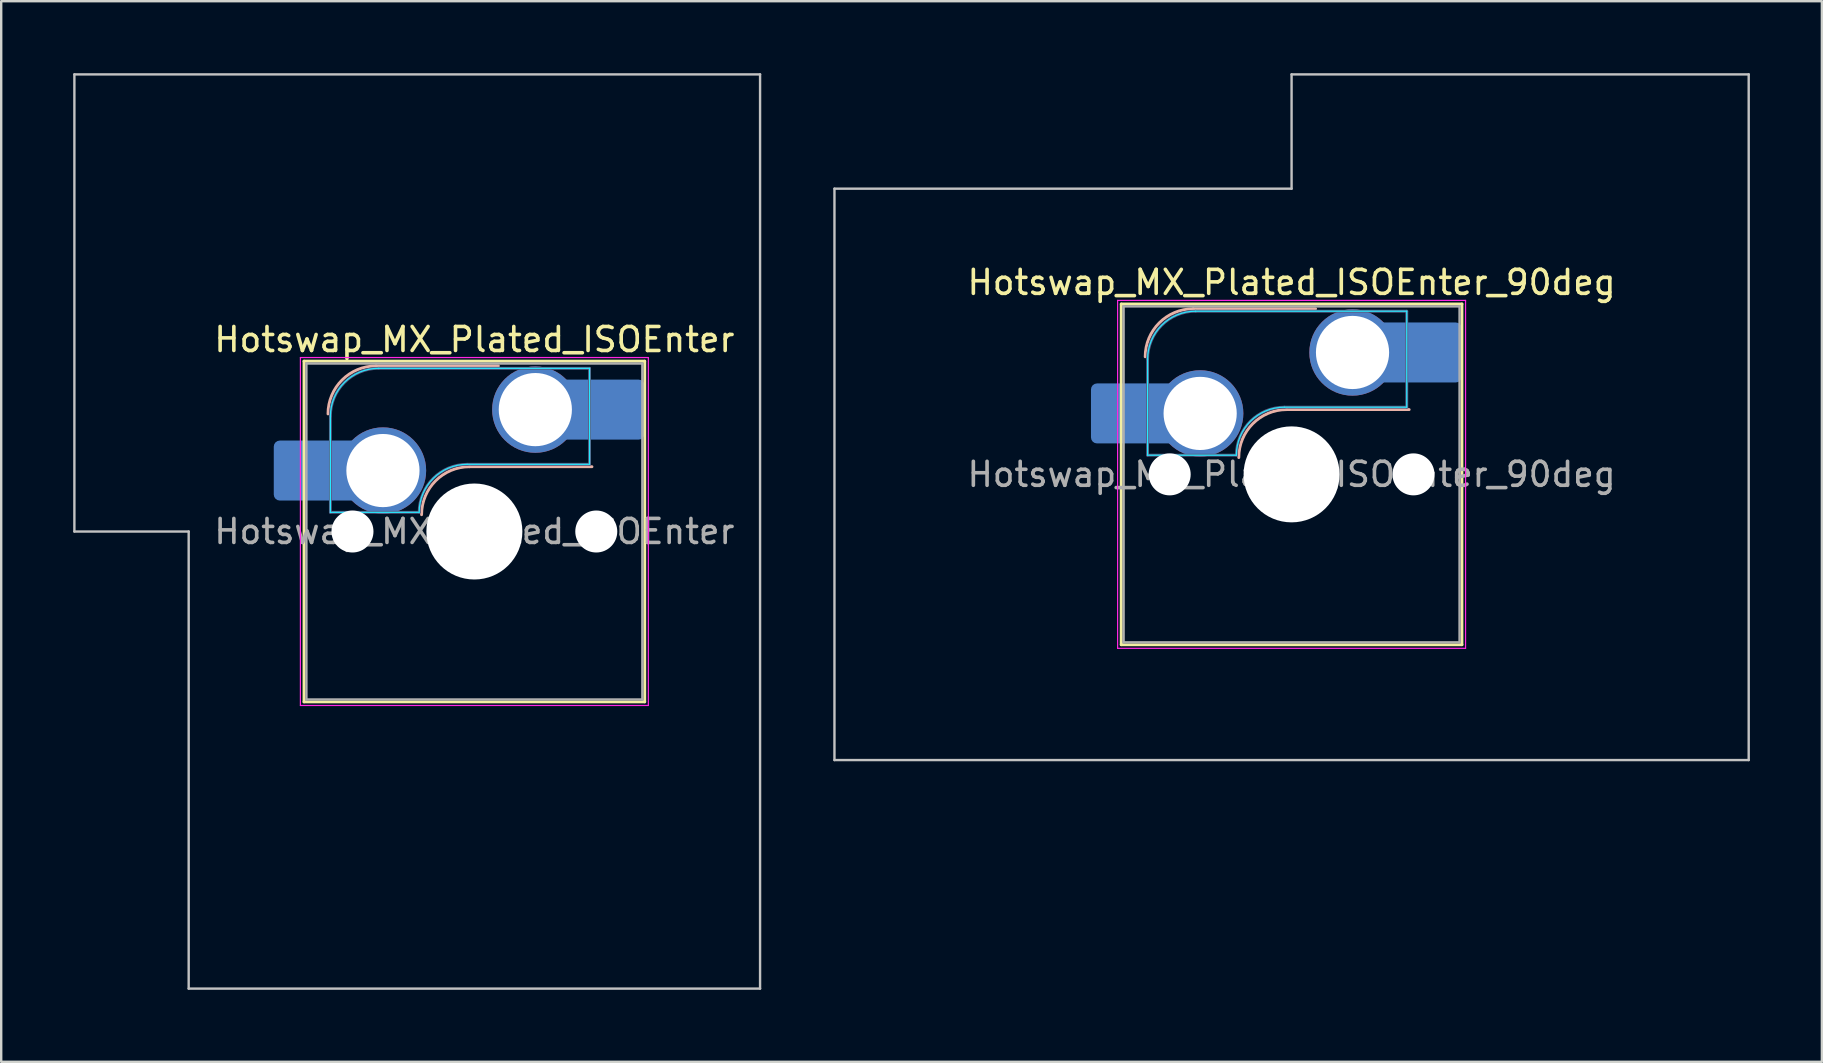
<source format=kicad_pcb>
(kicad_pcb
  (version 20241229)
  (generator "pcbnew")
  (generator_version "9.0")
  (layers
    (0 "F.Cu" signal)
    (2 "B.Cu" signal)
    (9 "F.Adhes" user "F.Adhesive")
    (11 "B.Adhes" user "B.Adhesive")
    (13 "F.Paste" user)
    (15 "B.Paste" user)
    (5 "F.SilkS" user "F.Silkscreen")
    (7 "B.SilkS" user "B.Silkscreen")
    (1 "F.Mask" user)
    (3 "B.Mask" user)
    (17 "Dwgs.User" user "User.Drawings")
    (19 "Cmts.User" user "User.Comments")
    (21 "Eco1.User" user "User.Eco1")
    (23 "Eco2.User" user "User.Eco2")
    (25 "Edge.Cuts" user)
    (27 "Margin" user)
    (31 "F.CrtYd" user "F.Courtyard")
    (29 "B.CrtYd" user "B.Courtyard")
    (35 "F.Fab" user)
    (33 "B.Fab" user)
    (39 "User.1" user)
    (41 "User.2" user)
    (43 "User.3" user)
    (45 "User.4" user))
  (footprint "Hotswap_MX_Plated_ISOEnter_90deg"
    (layer "F.Cu")
    (at 50.775 16.719)
    (property "Reference" "Hotswap_MX_Plated_ISOEnter_90deg" (at 0 -8 0) (layer "F.SilkS") (effects (font (size 1 1) (thickness 0.15))))
    (attr smd allow_soldermask_bridges)
    (fp_line (start -7.1 -7.1) (end -7.1 7.1) (stroke (width 0.12) (type solid)) (layer "F.SilkS"))
    (fp_line (start -7.1 7.1) (end 7.1 7.1) (stroke (width 0.12) (type solid)) (layer "F.SilkS"))
    (fp_line (start 7.1 -7.1) (end -7.1 -7.1) (stroke (width 0.12) (type solid)) (layer "F.SilkS"))
    (fp_line (start 7.1 7.1) (end 7.1 -7.1) (stroke (width 0.12) (type solid)) (layer "F.SilkS"))
    (fp_line (start -4.1 -6.9) (end 1 -6.9) (stroke (width 0.12) (type solid)) (layer "B.SilkS"))
    (fp_line (start -0.2 -2.7) (end 4.9 -2.7) (stroke (width 0.12) (type solid)) (layer "B.SilkS"))
    (fp_arc (start -6.1 -4.9) (mid -5.514214 -6.314214) (end -4.1 -6.9) (stroke (width 0.12) (type solid)) (layer "B.SilkS"))
    (fp_arc (start -2.2 -0.7) (mid -1.614214 -2.114214) (end -0.2 -2.7) (stroke (width 0.12) (type solid)) (layer "B.SilkS"))
    (fp_line (start -19.05 -11.906) (end -19.05 11.906) (stroke (width 0.1) (type solid)) (layer "Dwgs.User"))
    (fp_line (start -19.05 11.906) (end 19.05 11.906) (stroke (width 0.1) (type solid)) (layer "Dwgs.User"))
    (fp_line (start 0 -16.669) (end 0 -11.906) (stroke (width 0.1) (type solid)) (layer "Dwgs.User"))
    (fp_line (start 0 -11.906) (end -19.05 -11.906) (stroke (width 0.1) (type solid)) (layer "Dwgs.User"))
    (fp_line (start 19.05 -16.669) (end 0 -16.669) (stroke (width 0.1) (type solid)) (layer "Dwgs.User"))
    (fp_line (start 19.05 11.906) (end 19.05 -16.669) (stroke (width 0.1) (type solid)) (layer "Dwgs.User"))
    (fp_line (start -7.8 -6) (end -7 -6) (stroke (width 0.1) (type solid)) (layer "Eco1.User"))
    (fp_line (start -7.8 -2.9) (end -7.8 -6) (stroke (width 0.1) (type solid)) (layer "Eco1.User"))
    (fp_line (start -7.8 2.9) (end -7 2.9) (stroke (width 0.1) (type solid)) (layer "Eco1.User"))
    (fp_line (start -7.8 6) (end -7.8 2.9) (stroke (width 0.1) (type solid)) (layer "Eco1.User"))
    (fp_line (start -7 -7) (end 7 -7) (stroke (width 0.1) (type solid)) (layer "Eco1.User"))
    (fp_line (start -7 -6) (end -7 -7) (stroke (width 0.1) (type solid)) (layer "Eco1.User"))
    (fp_line (start -7 -2.9) (end -7.8 -2.9) (stroke (width 0.1) (type solid)) (layer "Eco1.User"))
    (fp_line (start -7 2.9) (end -7 -2.9) (stroke (width 0.1) (type solid)) (layer "Eco1.User"))
    (fp_line (start -7 6) (end -7.8 6) (stroke (width 0.1) (type solid)) (layer "Eco1.User"))
    (fp_line (start -7 7) (end -7 6) (stroke (width 0.1) (type solid)) (layer "Eco1.User"))
    (fp_line (start 7 -7) (end 7 -6) (stroke (width 0.1) (type solid)) (layer "Eco1.User"))
    (fp_line (start 7 -6) (end 7.8 -6) (stroke (width 0.1) (type solid)) (layer "Eco1.User"))
    (fp_line (start 7 -2.9) (end 7 2.9) (stroke (width 0.1) (type solid)) (layer "Eco1.User"))
    (fp_line (start 7 2.9) (end 7.8 2.9) (stroke (width 0.1) (type solid)) (layer "Eco1.User"))
    (fp_line (start 7 6) (end 7 7) (stroke (width 0.1) (type solid)) (layer "Eco1.User"))
    (fp_line (start 7 7) (end -7 7) (stroke (width 0.1) (type solid)) (layer "Eco1.User"))
    (fp_line (start 7.8 -6) (end 7.8 -2.9) (stroke (width 0.1) (type solid)) (layer "Eco1.User"))
    (fp_line (start 7.8 -2.9) (end 7 -2.9) (stroke (width 0.1) (type solid)) (layer "Eco1.User"))
    (fp_line (start 7.8 2.9) (end 7.8 6) (stroke (width 0.1) (type solid)) (layer "Eco1.User"))
    (fp_line (start 7.8 6) (end 7 6) (stroke (width 0.1) (type solid)) (layer "Eco1.User"))
    (fp_line (start -6 -0.8) (end -6 -4.8) (stroke (width 0.05) (type solid)) (layer "B.CrtYd"))
    (fp_line (start -6 -0.8) (end -2.3 -0.8) (stroke (width 0.05) (type solid)) (layer "B.CrtYd"))
    (fp_line (start -4 -6.8) (end 4.8 -6.8) (stroke (width 0.05) (type solid)) (layer "B.CrtYd"))
    (fp_line (start -0.3 -2.8) (end 4.8 -2.8) (stroke (width 0.05) (type solid)) (layer "B.CrtYd"))
    (fp_line (start 4.8 -6.8) (end 4.8 -2.8) (stroke (width 0.05) (type solid)) (layer "B.CrtYd"))
    (fp_arc (start -6 -4.8) (mid -5.414214 -6.214214) (end -4 -6.8) (stroke (width 0.05) (type solid)) (layer "B.CrtYd"))
    (fp_arc (start -2.3 -0.8) (mid -1.714214 -2.214214) (end -0.3 -2.8) (stroke (width 0.05) (type solid)) (layer "B.CrtYd"))
    (fp_line (start -7.25 -7.25) (end -7.25 7.25) (stroke (width 0.05) (type solid)) (layer "F.CrtYd"))
    (fp_line (start -7.25 7.25) (end 7.25 7.25) (stroke (width 0.05) (type solid)) (layer "F.CrtYd"))
    (fp_line (start 7.25 -7.25) (end -7.25 -7.25) (stroke (width 0.05) (type solid)) (layer "F.CrtYd"))
    (fp_line (start 7.25 7.25) (end 7.25 -7.25) (stroke (width 0.05) (type solid)) (layer "F.CrtYd"))
    (fp_line (start -6 -0.8) (end -6 -4.8) (stroke (width 0.12) (type solid)) (layer "B.Fab"))
    (fp_line (start -6 -0.8) (end -2.3 -0.8) (stroke (width 0.12) (type solid)) (layer "B.Fab"))
    (fp_line (start -4 -6.8) (end 4.8 -6.8) (stroke (width 0.12) (type solid)) (layer "B.Fab"))
    (fp_line (start -0.3 -2.8) (end 4.8 -2.8) (stroke (width 0.12) (type solid)) (layer "B.Fab"))
    (fp_line (start 4.8 -6.8) (end 4.8 -2.8) (stroke (width 0.12) (type solid)) (layer "B.Fab"))
    (fp_arc (start -6 -4.8) (mid -5.414214 -6.214214) (end -4 -6.8) (stroke (width 0.12) (type solid)) (layer "B.Fab"))
    (fp_arc (start -2.3 -0.8) (mid -1.714214 -2.214214) (end -0.3 -2.8) (stroke (width 0.12) (type solid)) (layer "B.Fab"))
    (fp_line (start -7 -7) (end -7 7) (stroke (width 0.1) (type solid)) (layer "F.Fab"))
    (fp_line (start -7 7) (end 7 7) (stroke (width 0.1) (type solid)) (layer "F.Fab"))
    (fp_line (start 7 -7) (end -7 -7) (stroke (width 0.1) (type solid)) (layer "F.Fab"))
    (fp_line (start 7 7) (end 7 -7) (stroke (width 0.1) (type solid)) (layer "F.Fab"))
    (fp_text user "${REFERENCE}" (at 0 0 0) (layer "F.Fab") (effects (font (size 1 1) (thickness 0.15))))
    (pad "" smd roundrect (at -7.085 -2.54) (size 2.55 2.5) (layers "B.Mask" "B.Paste") (roundrect_rratio 0.1))
    (pad "" np_thru_hole circle (at -5.08 0) (size 1.75 1.75) (drill 1.75) (layers "*.Cu" "*.Mask"))
    (pad "" np_thru_hole circle (at 0 0) (size 4 4) (drill 4) (layers "*.Cu" "*.Mask"))
    (pad "" np_thru_hole circle (at 5.08 0) (size 1.75 1.75) (drill 1.75) (layers "*.Cu" "*.Mask"))
    (pad "" smd roundrect (at 5.842 -5.08) (size 2.55 2.5) (layers "B.Mask" "B.Paste") (roundrect_rratio 0.1))
    (pad "1" smd roundrect (at -6.585 -2.54) (size 3.55 2.5) (layers "B.Cu") (roundrect_rratio 0.1))
    (pad "1" thru_hole circle (at -3.81 -2.54) (size 3.6 3.6) (drill 3.05) (layers "*.Cu" "*.Mask"))
    (pad "2" thru_hole circle (at 2.54 -5.08) (size 3.6 3.6) (drill 3.05) (layers "*.Cu" "*.Mask"))
    (pad "2" smd roundrect (at 5.32 -5.08) (size 3.55 2.5) (layers "B.Cu") (roundrect_rratio 0.1)))
  (footprint "Hotswap_MX_Plated_ISOEnter"
    (layer "F.Cu")
    (at 16.719 19.1)
    (property "Reference" "Hotswap_MX_Plated_ISOEnter" (at 0 -8 0) (layer "F.SilkS") (effects (font (size 1 1) (thickness 0.15))))
    (attr smd allow_soldermask_bridges)
    (fp_line (start -7.1 -7.1) (end -7.1 7.1) (stroke (width 0.12) (type solid)) (layer "F.SilkS"))
    (fp_line (start -7.1 7.1) (end 7.1 7.1) (stroke (width 0.12) (type solid)) (layer "F.SilkS"))
    (fp_line (start 7.1 -7.1) (end -7.1 -7.1) (stroke (width 0.12) (type solid)) (layer "F.SilkS"))
    (fp_line (start 7.1 7.1) (end 7.1 -7.1) (stroke (width 0.12) (type solid)) (layer "F.SilkS"))
    (fp_line (start -4.1 -6.9) (end 1 -6.9) (stroke (width 0.12) (type solid)) (layer "B.SilkS"))
    (fp_line (start -0.2 -2.7) (end 4.9 -2.7) (stroke (width 0.12) (type solid)) (layer "B.SilkS"))
    (fp_arc (start -6.1 -4.9) (mid -5.514214 -6.314214) (end -4.1 -6.9) (stroke (width 0.12) (type solid)) (layer "B.SilkS"))
    (fp_arc (start -2.2 -0.7) (mid -1.614214 -2.114214) (end -0.2 -2.7) (stroke (width 0.12) (type solid)) (layer "B.SilkS"))
    (fp_line (start -16.669 -19.05) (end -16.669 0) (stroke (width 0.1) (type solid)) (layer "Dwgs.User"))
    (fp_line (start -16.669 0) (end -11.906 0) (stroke (width 0.1) (type solid)) (layer "Dwgs.User"))
    (fp_line (start -11.906 0) (end -11.906 19.05) (stroke (width 0.1) (type solid)) (layer "Dwgs.User"))
    (fp_line (start -11.906 19.05) (end 11.906 19.05) (stroke (width 0.1) (type solid)) (layer "Dwgs.User"))
    (fp_line (start 11.906 -19.05) (end -16.669 -19.05) (stroke (width 0.1) (type solid)) (layer "Dwgs.User"))
    (fp_line (start 11.906 19.05) (end 11.906 -19.05) (stroke (width 0.1) (type solid)) (layer "Dwgs.User"))
    (fp_line (start -7.8 -6) (end -7 -6) (stroke (width 0.1) (type solid)) (layer "Eco1.User"))
    (fp_line (start -7.8 -2.9) (end -7.8 -6) (stroke (width 0.1) (type solid)) (layer "Eco1.User"))
    (fp_line (start -7.8 2.9) (end -7 2.9) (stroke (width 0.1) (type solid)) (layer "Eco1.User"))
    (fp_line (start -7.8 6) (end -7.8 2.9) (stroke (width 0.1) (type solid)) (layer "Eco1.User"))
    (fp_line (start -7 -7) (end 7 -7) (stroke (width 0.1) (type solid)) (layer "Eco1.User"))
    (fp_line (start -7 -6) (end -7 -7) (stroke (width 0.1) (type solid)) (layer "Eco1.User"))
    (fp_line (start -7 -2.9) (end -7.8 -2.9) (stroke (width 0.1) (type solid)) (layer "Eco1.User"))
    (fp_line (start -7 2.9) (end -7 -2.9) (stroke (width 0.1) (type solid)) (layer "Eco1.User"))
    (fp_line (start -7 6) (end -7.8 6) (stroke (width 0.1) (type solid)) (layer "Eco1.User"))
    (fp_line (start -7 7) (end -7 6) (stroke (width 0.1) (type solid)) (layer "Eco1.User"))
    (fp_line (start 7 -7) (end 7 -6) (stroke (width 0.1) (type solid)) (layer "Eco1.User"))
    (fp_line (start 7 -6) (end 7.8 -6) (stroke (width 0.1) (type solid)) (layer "Eco1.User"))
    (fp_line (start 7 -2.9) (end 7 2.9) (stroke (width 0.1) (type solid)) (layer "Eco1.User"))
    (fp_line (start 7 2.9) (end 7.8 2.9) (stroke (width 0.1) (type solid)) (layer "Eco1.User"))
    (fp_line (start 7 6) (end 7 7) (stroke (width 0.1) (type solid)) (layer "Eco1.User"))
    (fp_line (start 7 7) (end -7 7) (stroke (width 0.1) (type solid)) (layer "Eco1.User"))
    (fp_line (start 7.8 -6) (end 7.8 -2.9) (stroke (width 0.1) (type solid)) (layer "Eco1.User"))
    (fp_line (start 7.8 -2.9) (end 7 -2.9) (stroke (width 0.1) (type solid)) (layer "Eco1.User"))
    (fp_line (start 7.8 2.9) (end 7.8 6) (stroke (width 0.1) (type solid)) (layer "Eco1.User"))
    (fp_line (start 7.8 6) (end 7 6) (stroke (width 0.1) (type solid)) (layer "Eco1.User"))
    (fp_line (start -6 -0.8) (end -6 -4.8) (stroke (width 0.05) (type solid)) (layer "B.CrtYd"))
    (fp_line (start -6 -0.8) (end -2.3 -0.8) (stroke (width 0.05) (type solid)) (layer "B.CrtYd"))
    (fp_line (start -4 -6.8) (end 4.8 -6.8) (stroke (width 0.05) (type solid)) (layer "B.CrtYd"))
    (fp_line (start -0.3 -2.8) (end 4.8 -2.8) (stroke (width 0.05) (type solid)) (layer "B.CrtYd"))
    (fp_line (start 4.8 -6.8) (end 4.8 -2.8) (stroke (width 0.05) (type solid)) (layer "B.CrtYd"))
    (fp_arc (start -6 -4.8) (mid -5.414214 -6.214214) (end -4 -6.8) (stroke (width 0.05) (type solid)) (layer "B.CrtYd"))
    (fp_arc (start -2.3 -0.8) (mid -1.714214 -2.214214) (end -0.3 -2.8) (stroke (width 0.05) (type solid)) (layer "B.CrtYd"))
    (fp_line (start -7.25 -7.25) (end -7.25 7.25) (stroke (width 0.05) (type solid)) (layer "F.CrtYd"))
    (fp_line (start -7.25 7.25) (end 7.25 7.25) (stroke (width 0.05) (type solid)) (layer "F.CrtYd"))
    (fp_line (start 7.25 -7.25) (end -7.25 -7.25) (stroke (width 0.05) (type solid)) (layer "F.CrtYd"))
    (fp_line (start 7.25 7.25) (end 7.25 -7.25) (stroke (width 0.05) (type solid)) (layer "F.CrtYd"))
    (fp_line (start -6 -0.8) (end -6 -4.8) (stroke (width 0.12) (type solid)) (layer "B.Fab"))
    (fp_line (start -6 -0.8) (end -2.3 -0.8) (stroke (width 0.12) (type solid)) (layer "B.Fab"))
    (fp_line (start -4 -6.8) (end 4.8 -6.8) (stroke (width 0.12) (type solid)) (layer "B.Fab"))
    (fp_line (start -0.3 -2.8) (end 4.8 -2.8) (stroke (width 0.12) (type solid)) (layer "B.Fab"))
    (fp_line (start 4.8 -6.8) (end 4.8 -2.8) (stroke (width 0.12) (type solid)) (layer "B.Fab"))
    (fp_arc (start -6 -4.8) (mid -5.414214 -6.214214) (end -4 -6.8) (stroke (width 0.12) (type solid)) (layer "B.Fab"))
    (fp_arc (start -2.3 -0.8) (mid -1.714214 -2.214214) (end -0.3 -2.8) (stroke (width 0.12) (type solid)) (layer "B.Fab"))
    (fp_line (start -7 -7) (end -7 7) (stroke (width 0.1) (type solid)) (layer "F.Fab"))
    (fp_line (start -7 7) (end 7 7) (stroke (width 0.1) (type solid)) (layer "F.Fab"))
    (fp_line (start 7 -7) (end -7 -7) (stroke (width 0.1) (type solid)) (layer "F.Fab"))
    (fp_line (start 7 7) (end 7 -7) (stroke (width 0.1) (type solid)) (layer "F.Fab"))
    (fp_text user "${REFERENCE}" (at 0 0 0) (layer "F.Fab") (effects (font (size 1 1) (thickness 0.15))))
    (pad "" smd roundrect (at -7.085 -2.54) (size 2.55 2.5) (layers "B.Mask" "B.Paste") (roundrect_rratio 0.1))
    (pad "" np_thru_hole circle (at -5.08 0) (size 1.75 1.75) (drill 1.75) (layers "*.Cu" "*.Mask"))
    (pad "" np_thru_hole circle (at 0 0) (size 4 4) (drill 4) (layers "*.Cu" "*.Mask"))
    (pad "" np_thru_hole circle (at 5.08 0) (size 1.75 1.75) (drill 1.75) (layers "*.Cu" "*.Mask"))
    (pad "" smd roundrect (at 5.842 -5.08) (size 2.55 2.5) (layers "B.Mask" "B.Paste") (roundrect_rratio 0.1))
    (pad "1" smd roundrect (at -6.585 -2.54) (size 3.55 2.5) (layers "B.Cu") (roundrect_rratio 0.1))
    (pad "1" thru_hole circle (at -3.81 -2.54) (size 3.6 3.6) (drill 3.05) (layers "*.Cu" "*.Mask"))
    (pad "2" thru_hole circle (at 2.54 -5.08) (size 3.6 3.6) (drill 3.05) (layers "*.Cu" "*.Mask"))
    (pad "2" smd roundrect (at 5.32 -5.08) (size 3.55 2.5) (layers "B.Cu") (roundrect_rratio 0.1)))
  (gr_rect
    (start -3 -3)
    (end 72.875 41.2)
    (stroke (width 0.1) (type default))
    (fill no)
    (layer "Edge.Cuts")))
</source>
